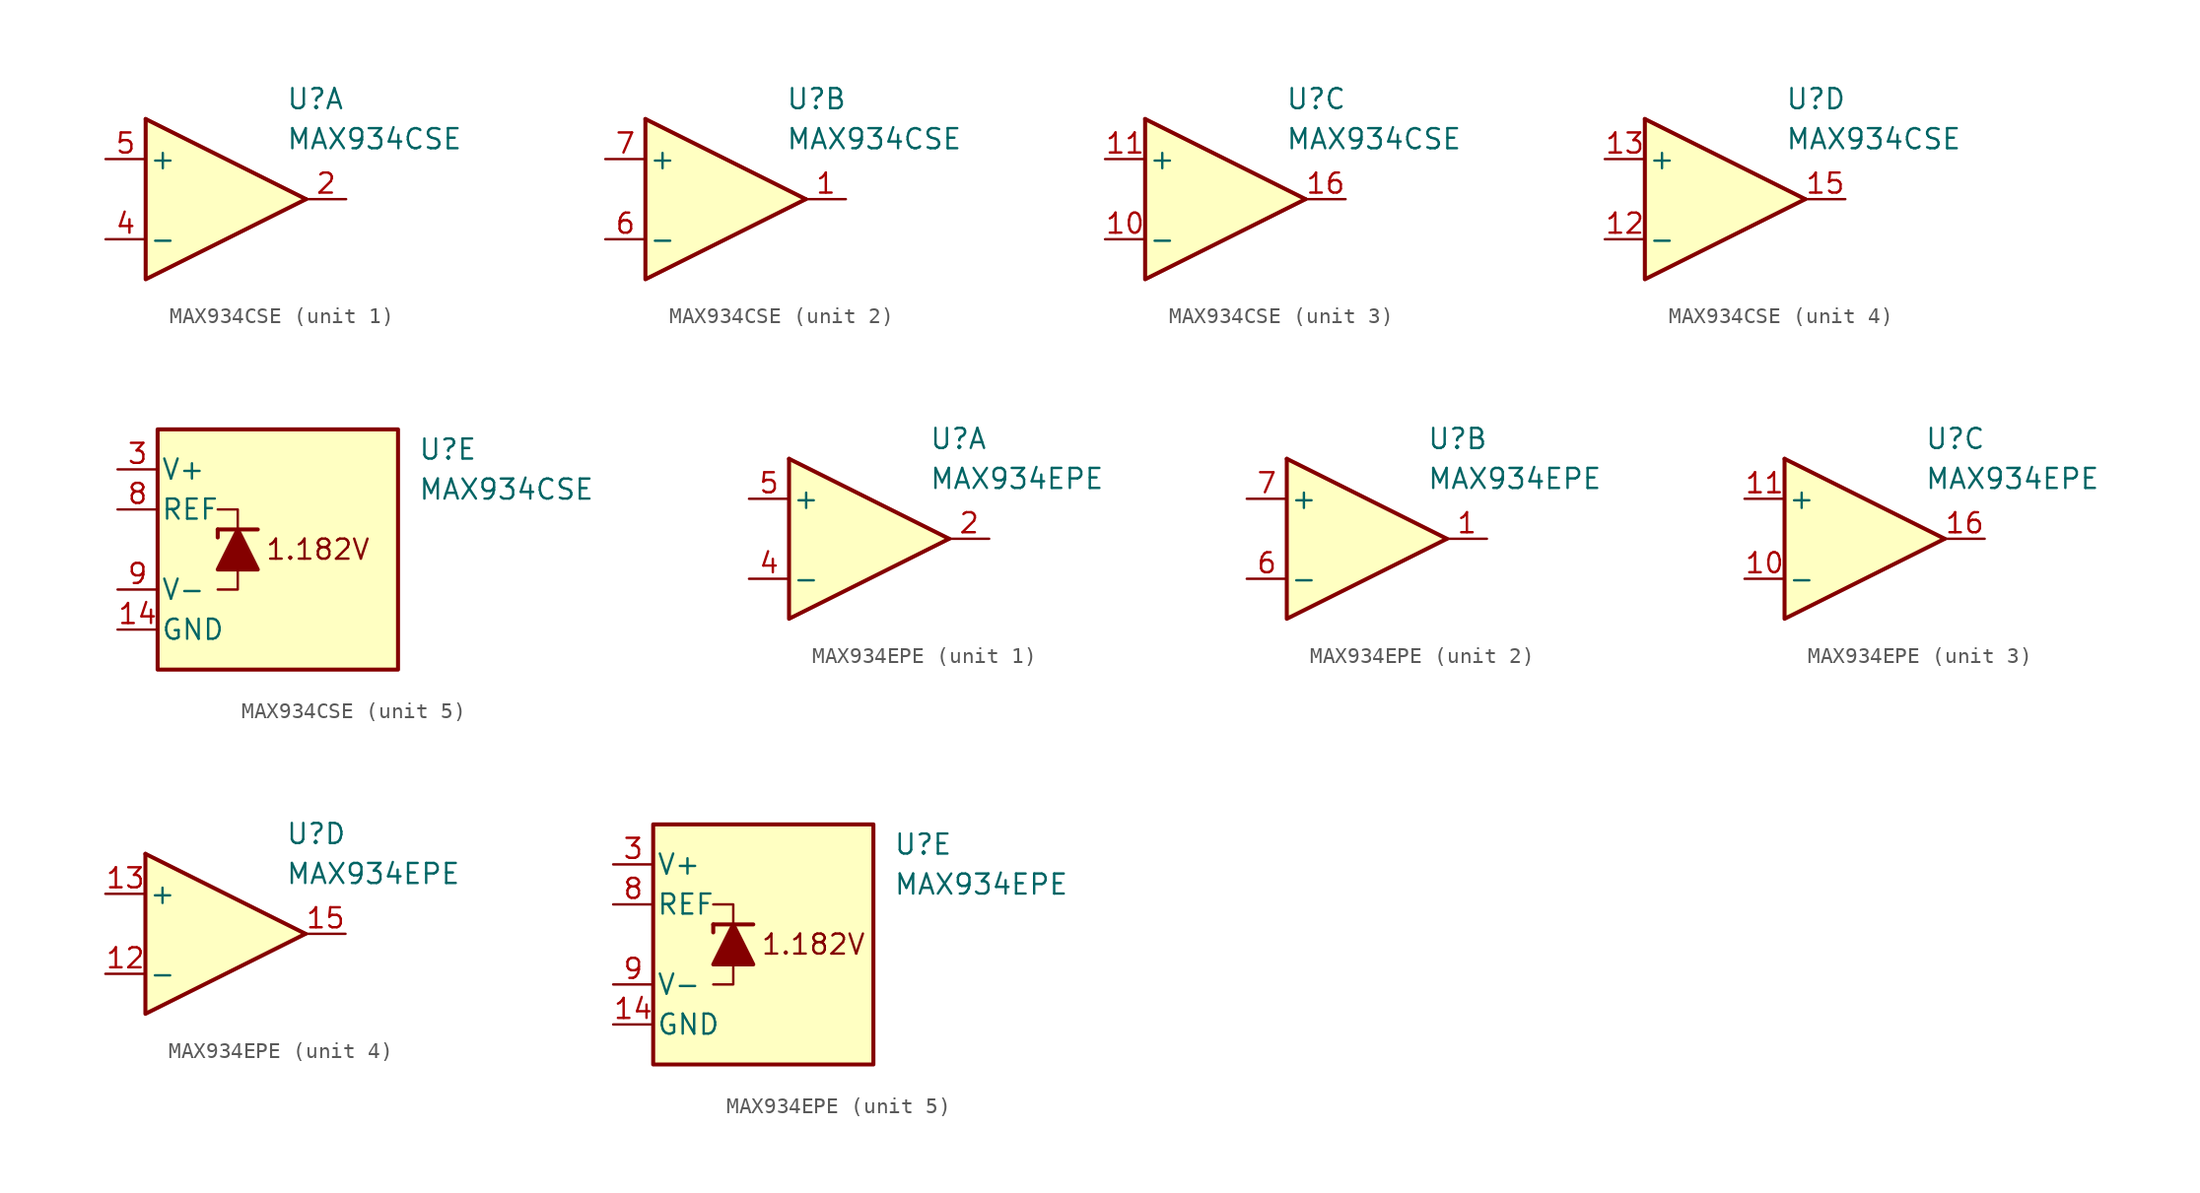
<source format=kicad_sym>
(kicad_symbol_lib
  (version 20231120)
  (generator "kicad_symbol_editor")
  (generator_version "8.0")
  (symbol "MAX934CSE"
    (pin_names
      (offset 0.2))
    (property "Reference" "U"
      (at 5.08 6.35 0)
      (effects (font (size 1.27 1.27)) (justify left)))
    (property "Value" "MAX934CSE"
      (at 5.08 3.81 0)
      (effects (font (size 1.27 1.27)) (justify left)))
    (property "ki_locked" ""
      (at 0 0 0)
      (effects (font (size 1.27 1.27))))
    (symbol "MAX934CSE_1_1"
      (polyline (pts (xy -3.81 5.08) (xy 6.35 0)) (stroke (width 0.254) (type default)) (fill (type none)))
      (polyline (pts (xy -3.81 5.08) (xy -3.81 -5.08) (xy 6.35 0)) (stroke (width 0.254) (type default)) (fill (type background)))
      (pin output line (at 8.89 0 180) (length 2.54) (name "~" (effects (font (size 1.27 1.27)))) (number "2" (effects (font (size 1.27 1.27)))))
      (pin input line (at -6.35 -2.54 0) (length 2.54) (name "-" (effects (font (size 1.27 1.27)))) (number "4" (effects (font (size 1.27 1.27)))))
      (pin input line (at -6.35 2.54 0) (length 2.54) (name "+" (effects (font (size 1.27 1.27)))) (number "5" (effects (font (size 1.27 1.27))))))
    (symbol "MAX934CSE_2_1"
      (polyline (pts (xy -3.81 5.08) (xy 6.35 0)) (stroke (width 0.254) (type default)) (fill (type none)))
      (polyline (pts (xy -3.81 5.08) (xy -3.81 -5.08) (xy 6.35 0)) (stroke (width 0.254) (type default)) (fill (type background)))
      (pin output line (at 8.89 0 180) (length 2.54) (name "~" (effects (font (size 1.27 1.27)))) (number "1" (effects (font (size 1.27 1.27)))))
      (pin input line (at -6.35 -2.54 0) (length 2.54) (name "-" (effects (font (size 1.27 1.27)))) (number "6" (effects (font (size 1.27 1.27)))))
      (pin input line (at -6.35 2.54 0) (length 2.54) (name "+" (effects (font (size 1.27 1.27)))) (number "7" (effects (font (size 1.27 1.27))))))
    (symbol "MAX934CSE_3_1"
      (polyline (pts (xy -3.81 5.08) (xy 6.35 0)) (stroke (width 0.254) (type default)) (fill (type none)))
      (polyline (pts (xy -3.81 5.08) (xy -3.81 -5.08) (xy 6.35 0)) (stroke (width 0.254) (type default)) (fill (type background)))
      (pin input line (at -6.35 -2.54 0) (length 2.54) (name "-" (effects (font (size 1.27 1.27)))) (number "10" (effects (font (size 1.27 1.27)))))
      (pin input line (at -6.35 2.54 0) (length 2.54) (name "+" (effects (font (size 1.27 1.27)))) (number "11" (effects (font (size 1.27 1.27)))))
      (pin output line (at 8.89 0 180) (length 2.54) (name "~" (effects (font (size 1.27 1.27)))) (number "16" (effects (font (size 1.27 1.27))))))
    (symbol "MAX934CSE_4_1"
      (polyline (pts (xy -3.81 5.08) (xy 6.35 0)) (stroke (width 0.254) (type default)) (fill (type none)))
      (polyline (pts (xy -3.81 5.08) (xy -3.81 -5.08) (xy 6.35 0)) (stroke (width 0.254) (type default)) (fill (type background)))
      (pin input line (at -6.35 -2.54 0) (length 2.54) (name "-" (effects (font (size 1.27 1.27)))) (number "12" (effects (font (size 1.27 1.27)))))
      (pin input line (at -6.35 2.54 0) (length 2.54) (name "+" (effects (font (size 1.27 1.27)))) (number "13" (effects (font (size 1.27 1.27)))))
      (pin output line (at 8.89 0 180) (length 2.54) (name "~" (effects (font (size 1.27 1.27)))) (number "15" (effects (font (size 1.27 1.27))))))
    (symbol "MAX934CSE_5_0"
      (text "1.182V" (at -1.27 0 0) (effects (font (size 1.27 1.27)))))
    (symbol "MAX934CSE_5_1"
      (rectangle (start -11.43 7.62) (end 3.81 -7.62) (stroke (width 0.254) (type default)) (fill (type background)))
      (polyline (pts (xy -7.62 1.27) (xy -7.62 0.762)) (stroke (width 0.254) (type default)) (fill (type none)))
      (polyline (pts (xy -7.62 1.27) (xy -5.08 1.27)) (stroke (width 0.254) (type default)) (fill (type none)))
      (polyline (pts (xy -6.35 -1.27) (xy -6.35 -2.54) (xy -7.62 -2.54)) (stroke (width 0) (type default)) (fill (type none)))
      (polyline (pts (xy -6.35 1.27) (xy -6.35 2.54) (xy -7.62 2.54)) (stroke (width 0) (type default)) (fill (type none)))
      (polyline (pts (xy -5.08 -1.27) (xy -7.62 -1.27) (xy -6.35 1.27) (xy -5.08 -1.27)) (stroke (width 0.254) (type default)) (fill (type outline)))
      (pin power_in line (at -13.97 -5.08 0) (length 2.54) (name "GND" (effects (font (size 1.27 1.27)))) (number "14" (effects (font (size 1.27 1.27)))))
      (pin power_in line (at -13.97 5.08 0) (length 2.54) (name "V+" (effects (font (size 1.27 1.27)))) (number "3" (effects (font (size 1.27 1.27)))))
      (pin output line (at -13.97 2.54 0) (length 2.54) (name "REF" (effects (font (size 1.27 1.27)))) (number "8" (effects (font (size 1.27 1.27)))))
      (pin power_in line (at -13.97 -2.54 0) (length 2.54) (name "V-" (effects (font (size 1.27 1.27)))) (number "9" (effects (font (size 1.27 1.27)))))))
  (symbol "MAX934EPE"
    (pin_names
      (offset 0.2))
    (property "Reference" "U"
      (at 5.08 6.35 0)
      (effects (font (size 1.27 1.27)) (justify left)))
    (property "Value" "MAX934EPE"
      (at 5.08 3.81 0)
      (effects (font (size 1.27 1.27)) (justify left)))
    (property "ki_locked" ""
      (at 0 0 0)
      (effects (font (size 1.27 1.27))))
    (symbol "MAX934EPE_1_1"
      (polyline (pts (xy -3.81 5.08) (xy 6.35 0)) (stroke (width 0.254) (type default)) (fill (type none)))
      (polyline (pts (xy -3.81 5.08) (xy -3.81 -5.08) (xy 6.35 0)) (stroke (width 0.254) (type default)) (fill (type background)))
      (pin output line (at 8.89 0 180) (length 2.54) (name "~" (effects (font (size 1.27 1.27)))) (number "2" (effects (font (size 1.27 1.27)))))
      (pin input line (at -6.35 -2.54 0) (length 2.54) (name "-" (effects (font (size 1.27 1.27)))) (number "4" (effects (font (size 1.27 1.27)))))
      (pin input line (at -6.35 2.54 0) (length 2.54) (name "+" (effects (font (size 1.27 1.27)))) (number "5" (effects (font (size 1.27 1.27))))))
    (symbol "MAX934EPE_2_1"
      (polyline (pts (xy -3.81 5.08) (xy 6.35 0)) (stroke (width 0.254) (type default)) (fill (type none)))
      (polyline (pts (xy -3.81 5.08) (xy -3.81 -5.08) (xy 6.35 0)) (stroke (width 0.254) (type default)) (fill (type background)))
      (pin output line (at 8.89 0 180) (length 2.54) (name "~" (effects (font (size 1.27 1.27)))) (number "1" (effects (font (size 1.27 1.27)))))
      (pin input line (at -6.35 -2.54 0) (length 2.54) (name "-" (effects (font (size 1.27 1.27)))) (number "6" (effects (font (size 1.27 1.27)))))
      (pin input line (at -6.35 2.54 0) (length 2.54) (name "+" (effects (font (size 1.27 1.27)))) (number "7" (effects (font (size 1.27 1.27))))))
    (symbol "MAX934EPE_3_1"
      (polyline (pts (xy -3.81 5.08) (xy 6.35 0)) (stroke (width 0.254) (type default)) (fill (type none)))
      (polyline (pts (xy -3.81 5.08) (xy -3.81 -5.08) (xy 6.35 0)) (stroke (width 0.254) (type default)) (fill (type background)))
      (pin input line (at -6.35 -2.54 0) (length 2.54) (name "-" (effects (font (size 1.27 1.27)))) (number "10" (effects (font (size 1.27 1.27)))))
      (pin input line (at -6.35 2.54 0) (length 2.54) (name "+" (effects (font (size 1.27 1.27)))) (number "11" (effects (font (size 1.27 1.27)))))
      (pin output line (at 8.89 0 180) (length 2.54) (name "~" (effects (font (size 1.27 1.27)))) (number "16" (effects (font (size 1.27 1.27))))))
    (symbol "MAX934EPE_4_1"
      (polyline (pts (xy -3.81 5.08) (xy 6.35 0)) (stroke (width 0.254) (type default)) (fill (type none)))
      (polyline (pts (xy -3.81 5.08) (xy -3.81 -5.08) (xy 6.35 0)) (stroke (width 0.254) (type default)) (fill (type background)))
      (pin input line (at -6.35 -2.54 0) (length 2.54) (name "-" (effects (font (size 1.27 1.27)))) (number "12" (effects (font (size 1.27 1.27)))))
      (pin input line (at -6.35 2.54 0) (length 2.54) (name "+" (effects (font (size 1.27 1.27)))) (number "13" (effects (font (size 1.27 1.27)))))
      (pin output line (at 8.89 0 180) (length 2.54) (name "~" (effects (font (size 1.27 1.27)))) (number "15" (effects (font (size 1.27 1.27))))))
    (symbol "MAX934EPE_5_0"
      (text "1.182V" (at 0 0 0) (effects (font (size 1.27 1.27)))))
    (symbol "MAX934EPE_5_1"
      (rectangle (start -10.16 7.62) (end 3.81 -7.62) (stroke (width 0.254) (type default)) (fill (type background)))
      (polyline (pts (xy -6.35 1.27) (xy -6.35 0.762)) (stroke (width 0.254) (type default)) (fill (type none)))
      (polyline (pts (xy -6.35 1.27) (xy -3.81 1.27)) (stroke (width 0.254) (type default)) (fill (type none)))
      (polyline (pts (xy -5.08 -1.27) (xy -5.08 -2.54) (xy -6.35 -2.54)) (stroke (width 0) (type default)) (fill (type none)))
      (polyline (pts (xy -5.08 1.27) (xy -5.08 2.54) (xy -6.35 2.54)) (stroke (width 0) (type default)) (fill (type none)))
      (polyline (pts (xy -3.81 -1.27) (xy -6.35 -1.27) (xy -5.08 1.27) (xy -3.81 -1.27)) (stroke (width 0.254) (type default)) (fill (type outline)))
      (pin power_in line (at -12.7 -5.08 0) (length 2.54) (name "GND" (effects (font (size 1.27 1.27)))) (number "14" (effects (font (size 1.27 1.27)))))
      (pin power_in line (at -12.7 5.08 0) (length 2.54) (name "V+" (effects (font (size 1.27 1.27)))) (number "3" (effects (font (size 1.27 1.27)))))
      (pin output line (at -12.7 2.54 0) (length 2.54) (name "REF" (effects (font (size 1.27 1.27)))) (number "8" (effects (font (size 1.27 1.27)))))
      (pin power_in line (at -12.7 -2.54 0) (length 2.54) (name "V-" (effects (font (size 1.27 1.27)))) (number "9" (effects (font (size 1.27 1.27))))))))
</source>
